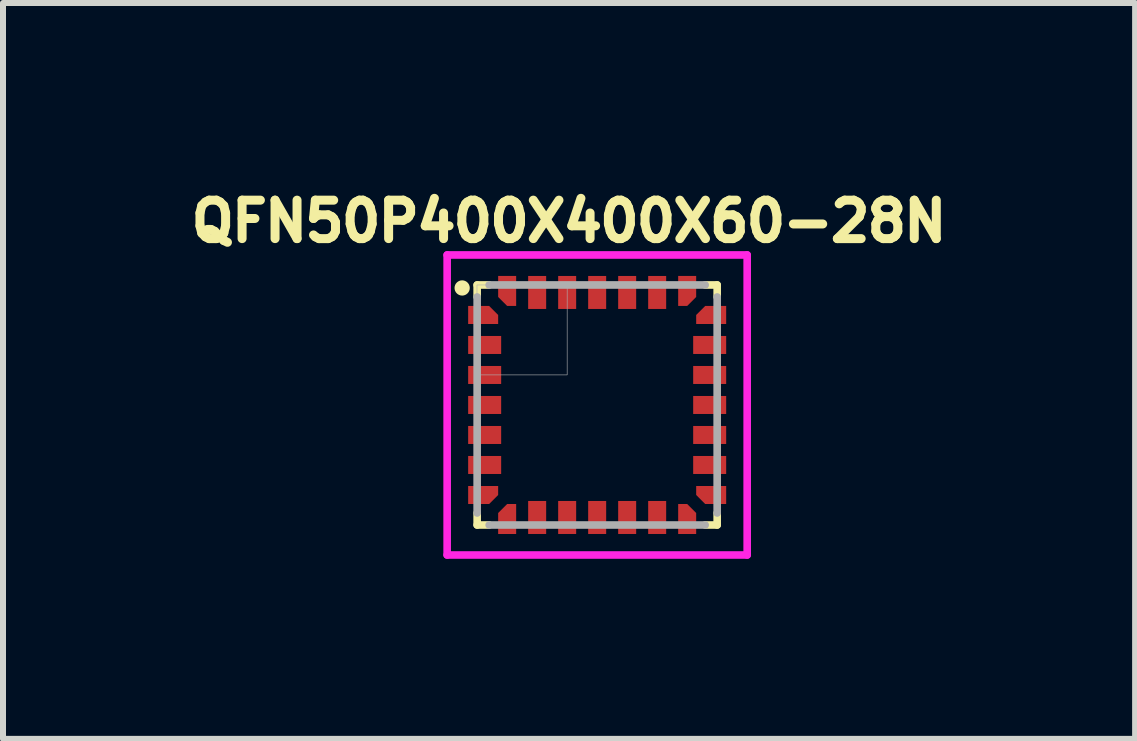
<source format=kicad_pcb>
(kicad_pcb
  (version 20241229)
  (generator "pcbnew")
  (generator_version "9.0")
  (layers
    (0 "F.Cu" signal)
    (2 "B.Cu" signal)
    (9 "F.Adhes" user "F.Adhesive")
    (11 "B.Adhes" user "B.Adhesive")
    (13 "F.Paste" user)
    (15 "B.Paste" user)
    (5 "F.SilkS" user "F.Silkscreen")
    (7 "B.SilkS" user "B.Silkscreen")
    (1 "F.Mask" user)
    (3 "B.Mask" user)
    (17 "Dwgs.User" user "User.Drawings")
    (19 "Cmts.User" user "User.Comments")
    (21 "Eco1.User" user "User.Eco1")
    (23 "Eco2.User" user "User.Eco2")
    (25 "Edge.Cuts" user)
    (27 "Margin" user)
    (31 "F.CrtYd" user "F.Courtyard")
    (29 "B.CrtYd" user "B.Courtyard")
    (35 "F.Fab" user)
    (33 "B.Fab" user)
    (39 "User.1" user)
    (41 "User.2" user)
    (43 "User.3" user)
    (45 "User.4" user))
  (footprint "QFN50P400X400X60-28N"
    (layer "F.Cu")
    (at 6.902 3.699)
    (property "Reference" "QFN50P400X400X60-28N" (at -0.469 -3.061 0) (layer "F.SilkS") (effects (font (size 0.641 0.641) (thickness 0.15))))
    (attr smd)
    (fp_poly (pts (xy -2.204 1.3) (xy -1.8 1.3) (xy -1.8 1.703) (xy -2.204 1.703)) (stroke (width 0.01) (type solid)) (fill yes) (layer "F.Mask"))
    (fp_poly (pts (xy -2.202 0.8) (xy -1.55 0.8) (xy -1.55 1.201) (xy -2.202 1.201)) (stroke (width 0.01) (type solid)) (fill yes) (layer "F.Mask"))
    (fp_poly (pts (xy -2.202 -0.7) (xy -1.55 -0.7) (xy -1.55 -0.3) (xy -2.202 -0.3)) (stroke (width 0.01) (type solid)) (fill yes) (layer "F.Mask"))
    (fp_poly (pts (xy -2.201 -1.2) (xy -1.55 -1.2) (xy -1.55 -0.8) (xy -2.201 -0.8)) (stroke (width 0.01) (type solid)) (fill yes) (layer "F.Mask"))
    (fp_poly (pts (xy -2.201 -0.2) (xy -1.55 -0.2) (xy -1.55 0.2) (xy -2.201 0.2)) (stroke (width 0.01) (type solid)) (fill yes) (layer "F.Mask"))
    (fp_poly (pts (xy -2.201 -1.7) (xy -1.8 -1.7) (xy -1.8 -1.301) (xy -2.201 -1.301)) (stroke (width 0.01) (type solid)) (fill yes) (layer "F.Mask"))
    (fp_poly (pts (xy -2.2 0.3) (xy -1.55 0.3) (xy -1.55 0.7) (xy -2.2 0.7)) (stroke (width 0.01) (type solid)) (fill yes) (layer "F.Mask"))
    (fp_poly (pts (xy -1.7 -1.8) (xy -1.7 -2.2) (xy -1.3 -2.2) (xy -1.3 -1.8)) (stroke (width 0.01) (type solid)) (fill yes) (layer "F.Mask"))
    (fp_poly (pts (xy -1.3 1.8) (xy -1.3 2.201) (xy -1.701 2.201) (xy -1.701 1.8)) (stroke (width 0.01) (type solid)) (fill yes) (layer "F.Mask"))
    (fp_poly (pts (xy -1.201 2.201) (xy -1.201 1.55) (xy -0.8 1.55) (xy -0.8 2.201)) (stroke (width 0.01) (type solid)) (fill yes) (layer "F.Mask"))
    (fp_poly (pts (xy -1.2 -1.55) (xy -1.2 -2.202) (xy -0.802 -2.202) (xy -0.802 -1.55)) (stroke (width 0.01) (type solid)) (fill yes) (layer "F.Mask"))
    (fp_poly (pts (xy -0.701 2.201) (xy -0.701 1.551) (xy -0.299 1.551) (xy -0.299 2.201)) (stroke (width 0.01) (type solid)) (fill yes) (layer "F.Mask"))
    (fp_poly (pts (xy -0.699 -1.551) (xy -0.699 -2.202) (xy -0.302 -2.202) (xy -0.302 -1.551)) (stroke (width 0.01) (type solid)) (fill yes) (layer "F.Mask"))
    (fp_poly (pts (xy -0.201 2.201) (xy -0.201 1.55) (xy 0.2 1.55) (xy 0.2 2.201)) (stroke (width 0.01) (type solid)) (fill yes) (layer "F.Mask"))
    (fp_poly (pts (xy -0.199 -1.551) (xy -0.199 -2.201) (xy 0.199 -2.201) (xy 0.199 -1.551)) (stroke (width 0.01) (type solid)) (fill yes) (layer "F.Mask"))
    (fp_poly (pts (xy 0.298 2.202) (xy 0.298 1.552) (xy 0.702 1.552) (xy 0.702 2.202)) (stroke (width 0.01) (type solid)) (fill yes) (layer "F.Mask"))
    (fp_poly (pts (xy 0.301 -1.551) (xy 0.301 -2.201) (xy 0.699 -2.201) (xy 0.699 -1.551)) (stroke (width 0.01) (type solid)) (fill yes) (layer "F.Mask"))
    (fp_poly (pts (xy 0.799 2.201) (xy 0.799 1.552) (xy 1.202 1.552) (xy 1.202 2.201)) (stroke (width 0.01) (type solid)) (fill yes) (layer "F.Mask"))
    (fp_poly (pts (xy 0.801 -1.551) (xy 0.801 -2.2) (xy 1.2 -2.2) (xy 1.2 -1.551)) (stroke (width 0.01) (type solid)) (fill yes) (layer "F.Mask"))
    (fp_poly (pts (xy 1.301 -1.801) (xy 1.301 -2.2) (xy 1.7 -2.2) (xy 1.7 -1.801)) (stroke (width 0.01) (type solid)) (fill yes) (layer "F.Mask"))
    (fp_poly (pts (xy 1.55 -1.2) (xy 2.2 -1.2) (xy 2.2 -0.8) (xy 1.55 -0.8)) (stroke (width 0.01) (type solid)) (fill yes) (layer "F.Mask"))
    (fp_poly (pts (xy 1.55 0.8) (xy 2.2 0.8) (xy 2.2 1.2) (xy 1.55 1.2)) (stroke (width 0.01) (type solid)) (fill yes) (layer "F.Mask"))
    (fp_poly (pts (xy 1.55 -0.7) (xy 2.2 -0.7) (xy 2.2 -0.3) (xy 1.55 -0.3)) (stroke (width 0.01) (type solid)) (fill yes) (layer "F.Mask"))
    (fp_poly (pts (xy 1.551 0.3) (xy 2.2 0.3) (xy 2.2 0.7) (xy 1.551 0.7)) (stroke (width 0.01) (type solid)) (fill yes) (layer "F.Mask"))
    (fp_poly (pts (xy 1.553 -0.2) (xy 2.2 -0.2) (xy 2.2 0.2) (xy 1.553 0.2)) (stroke (width 0.01) (type solid)) (fill yes) (layer "F.Mask"))
    (fp_poly (pts (xy 1.701 1.801) (xy 1.701 2.2) (xy 1.3 2.2) (xy 1.3 1.801)) (stroke (width 0.01) (type solid)) (fill yes) (layer "F.Mask"))
    (fp_poly (pts (xy 2.2 -1.302) (xy 1.802 -1.302) (xy 1.802 -1.7) (xy 2.2 -1.7)) (stroke (width 0.01) (type solid)) (fill yes) (layer "F.Mask"))
    (fp_poly (pts (xy 2.2 1.702) (xy 1.802 1.702) (xy 1.802 1.3) (xy 2.2 1.3)) (stroke (width 0.01) (type solid)) (fill yes) (layer "F.Mask"))
    (fp_poly (pts (xy -1.8 -1.3) (xy -1.8 -1.7) (xy -1.775 -1.7) (xy -1.6 -1.525) (xy -1.6 -1.3)) (stroke (width 0.01) (type solid)) (fill yes) (layer "F.Mask"))
    (fp_poly (pts (xy -1.6 1.3) (xy -1.6 1.525) (xy -1.775 1.7) (xy -1.8 1.7) (xy -1.8 1.3)) (stroke (width 0.01) (type solid)) (fill yes) (layer "F.Mask"))
    (fp_poly (pts (xy -1.3 -1.6) (xy -1.525 -1.6) (xy -1.7 -1.775) (xy -1.7 -1.8) (xy -1.3 -1.8)) (stroke (width 0.01) (type solid)) (fill yes) (layer "F.Mask"))
    (fp_poly (pts (xy -1.3 1.8) (xy -1.7 1.8) (xy -1.7 1.775) (xy -1.525 1.6) (xy -1.3 1.6)) (stroke (width 0.01) (type solid)) (fill yes) (layer "F.Mask"))
    (fp_poly (pts (xy 1.3 -1.8) (xy 1.7 -1.8) (xy 1.7 -1.775) (xy 1.525 -1.6) (xy 1.3 -1.6)) (stroke (width 0.01) (type solid)) (fill yes) (layer "F.Mask"))
    (fp_poly (pts (xy 1.3 1.6) (xy 1.525 1.6) (xy 1.7 1.775) (xy 1.7 1.8) (xy 1.3 1.8)) (stroke (width 0.01) (type solid)) (fill yes) (layer "F.Mask"))
    (fp_poly (pts (xy 1.6 -1.3) (xy 1.6 -1.525) (xy 1.775 -1.7) (xy 1.8 -1.7) (xy 1.8 -1.3)) (stroke (width 0.01) (type solid)) (fill yes) (layer "F.Mask"))
    (fp_poly (pts (xy 1.8 1.3) (xy 1.8 1.7) (xy 1.775 1.7) (xy 1.6 1.525) (xy 1.6 1.3)) (stroke (width 0.01) (type solid)) (fill yes) (layer "F.Mask"))
    (fp_line (start -2 -2) (end -1.8 -2) (stroke (width 0.127) (type solid)) (layer "F.SilkS"))
    (fp_line (start -2 -1.8) (end -2 -2) (stroke (width 0.127) (type solid)) (layer "F.SilkS"))
    (fp_line (start -2 2) (end -2 1.8) (stroke (width 0.127) (type solid)) (layer "F.SilkS"))
    (fp_line (start -1.8 2) (end -2 2) (stroke (width 0.127) (type solid)) (layer "F.SilkS"))
    (fp_line (start 1.8 -2) (end 2 -2) (stroke (width 0.127) (type solid)) (layer "F.SilkS"))
    (fp_line (start 2 -2) (end 2 -1.8) (stroke (width 0.127) (type solid)) (layer "F.SilkS"))
    (fp_line (start 2 1.8) (end 2 2) (stroke (width 0.127) (type solid)) (layer "F.SilkS"))
    (fp_line (start 2 2) (end 1.8 2) (stroke (width 0.127) (type solid)) (layer "F.SilkS"))
    (fp_circle (center -2.25 -1.95) (end -2.123 -1.95) (stroke (width 0) (type solid)) (fill yes) (layer "F.SilkS"))
    (fp_poly (pts (xy -1.8 -1.35) (xy -1.65 -1.35) (xy -1.65 -1.5) (xy -1.8 -1.65)) (stroke (width 0) (type solid)) (fill yes) (layer "F.Paste"))
    (fp_poly (pts (xy -1.8 1.65) (xy -1.65 1.5) (xy -1.65 1.35) (xy -1.8 1.35)) (stroke (width 0) (type solid)) (fill yes) (layer "F.Paste"))
    (fp_poly (pts (xy -1.65 -1.8) (xy -1.5 -1.65) (xy -1.35 -1.65) (xy -1.35 -1.8)) (stroke (width 0) (type solid)) (fill yes) (layer "F.Paste"))
    (fp_poly (pts (xy -1.35 1.8) (xy -1.35 1.65) (xy -1.5 1.65) (xy -1.65 1.8)) (stroke (width 0) (type solid)) (fill yes) (layer "F.Paste"))
    (fp_poly (pts (xy 1.35 -1.8) (xy 1.35 -1.65) (xy 1.5 -1.65) (xy 1.65 -1.8)) (stroke (width 0) (type solid)) (fill yes) (layer "F.Paste"))
    (fp_poly (pts (xy 1.65 1.8) (xy 1.5 1.65) (xy 1.35 1.65) (xy 1.35 1.8)) (stroke (width 0) (type solid)) (fill yes) (layer "F.Paste"))
    (fp_poly (pts (xy 1.8 -1.65) (xy 1.65 -1.5) (xy 1.65 -1.35) (xy 1.8 -1.35)) (stroke (width 0) (type solid)) (fill yes) (layer "F.Paste"))
    (fp_poly (pts (xy 1.8 1.35) (xy 1.65 1.35) (xy 1.65 1.5) (xy 1.8 1.65)) (stroke (width 0) (type solid)) (fill yes) (layer "F.Paste"))
    (fp_line (start -2.5 -2.5) (end 2.5 -2.5) (stroke (width 0.127) (type solid)) (layer "F.CrtYd"))
    (fp_line (start -2.5 2.5) (end -2.5 -2.5) (stroke (width 0.127) (type solid)) (layer "F.CrtYd"))
    (fp_line (start 2.5 -2.5) (end 2.5 2.5) (stroke (width 0.127) (type solid)) (layer "F.CrtYd"))
    (fp_line (start 2.5 2.5) (end -2.5 2.5) (stroke (width 0.127) (type solid)) (layer "F.CrtYd"))
    (fp_line (start -2 1.8) (end -2 -1.8) (stroke (width 0.127) (type solid)) (layer "F.Fab"))
    (fp_line (start -1.8 -2) (end 1.8 -2) (stroke (width 0.127) (type solid)) (layer "F.Fab"))
    (fp_line (start 1.8 2) (end -1.8 2) (stroke (width 0.127) (type solid)) (layer "F.Fab"))
    (fp_line (start 2 1.8) (end 2 -1.8) (stroke (width 0.127) (type solid)) (layer "F.Fab"))
    (fp_poly (pts (xy -2.003 -2) (xy -0.5 -2) (xy -0.5 -0.501) (xy -2.003 -0.501)) (stroke (width 0.01) (type solid)) (fill no) (layer "F.Fab"))
    (pad "1" smd custom (at -1.975 -1.5) (size 0.35 0.3) (layers "F.Cu" "F.Paste") (options (anchor rect)) (primitives (gr_poly (pts (xy -0.175 -0.15) (xy 0.175 -0.15) (xy 0.325 0) (xy 0.325 0.15) (xy -0.175 0.15)) (width 0) (fill yes))))
    (pad "2" smd rect (at -1.875 -1) (size 0.55 0.3) (layers "F.Cu" "F.Paste"))
    (pad "3" smd rect (at -1.875 -0.5) (size 0.55 0.3) (layers "F.Cu" "F.Paste"))
    (pad "4" smd rect (at -1.875 0) (size 0.55 0.3) (layers "F.Cu" "F.Paste"))
    (pad "5" smd rect (at -1.875 0.5) (size 0.55 0.3) (layers "F.Cu" "F.Paste"))
    (pad "6" smd rect (at -1.875 1) (size 0.55 0.3) (layers "F.Cu" "F.Paste"))
    (pad "7" smd custom (at -1.975 1.5) (size 0.35 0.3) (layers "F.Cu" "F.Paste") (options (anchor rect)) (primitives (gr_poly (pts (xy 0.325 0) (xy 0.175 0.15) (xy -0.175 0.15) (xy -0.175 -0.15) (xy 0.325 -0.15)) (width 0) (fill yes))))
    (pad "8" smd custom (at -1.5 1.975) (size 0.3 0.35) (layers "F.Cu" "F.Paste") (options (anchor rect)) (primitives (gr_poly (pts (xy -0.15 -0.175) (xy -0.15 0.175) (xy 0.15 0.175) (xy 0.15 -0.325) (xy 0 -0.325)) (width 0) (fill yes))))
    (pad "9" smd rect (at -1 1.875) (size 0.3 0.55) (layers "F.Cu" "F.Paste"))
    (pad "10" smd rect (at -0.5 1.875) (size 0.3 0.55) (layers "F.Cu" "F.Paste"))
    (pad "11" smd rect (at 0 1.875) (size 0.3 0.55) (layers "F.Cu" "F.Paste"))
    (pad "12" smd rect (at 0.5 1.875) (size 0.3 0.55) (layers "F.Cu" "F.Paste"))
    (pad "13" smd rect (at 1 1.875) (size 0.3 0.55) (layers "F.Cu" "F.Paste"))
    (pad "14" smd custom (at 1.5 1.975) (size 0.3 0.35) (layers "F.Cu" "F.Paste") (options (anchor rect)) (primitives (gr_poly (pts (xy 0 -0.325) (xy 0.15 -0.175) (xy 0.15 0.175) (xy -0.15 0.175) (xy -0.15 -0.325)) (width 0) (fill yes))))
    (pad "15" smd custom (at 1.975 1.5) (size 0.35 0.3) (layers "F.Cu" "F.Paste") (options (anchor rect)) (primitives (gr_poly (pts (xy -0.325 -0.15) (xy -0.325 0) (xy -0.175 0.15) (xy 0.175 0.15) (xy 0.175 -0.15)) (width 0) (fill yes))))
    (pad "16" smd rect (at 1.875 1) (size 0.55 0.3) (layers "F.Cu" "F.Paste"))
    (pad "17" smd rect (at 1.875 0.5) (size 0.55 0.3) (layers "F.Cu" "F.Paste"))
    (pad "18" smd rect (at 1.875 0) (size 0.55 0.3) (layers "F.Cu" "F.Paste"))
    (pad "19" smd rect (at 1.875 -0.5) (size 0.55 0.3) (layers "F.Cu" "F.Paste"))
    (pad "20" smd rect (at 1.875 -1) (size 0.55 0.3) (layers "F.Cu" "F.Paste"))
    (pad "21" smd custom (at 1.975 -1.5) (size 0.35 0.3) (layers "F.Cu" "F.Paste") (options (anchor rect)) (primitives (gr_poly (pts (xy -0.325 0) (xy -0.175 -0.15) (xy 0.175 -0.15) (xy 0.175 0.15) (xy -0.325 0.15)) (width 0) (fill yes))))
    (pad "22" smd custom (at 1.5 -1.975) (size 0.3 0.35) (layers "F.Cu" "F.Paste") (options (anchor rect)) (primitives (gr_poly (pts (xy -0.15 0.325) (xy 0 0.325) (xy 0.15 0.175) (xy 0.15 -0.175) (xy -0.15 -0.175)) (width 0) (fill yes))))
    (pad "23" smd rect (at 1 -1.875) (size 0.3 0.55) (layers "F.Cu" "F.Paste"))
    (pad "24" smd rect (at 0.5 -1.875) (size 0.3 0.55) (layers "F.Cu" "F.Paste"))
    (pad "25" smd rect (at 0 -1.875) (size 0.3 0.55) (layers "F.Cu" "F.Paste"))
    (pad "26" smd rect (at -0.5 -1.875) (size 0.3 0.55) (layers "F.Cu" "F.Paste"))
    (pad "27" smd rect (at -1 -1.875) (size 0.3 0.55) (layers "F.Cu" "F.Paste"))
    (pad "28" smd custom (at -1.5 -1.975) (size 0.3 0.35) (layers "F.Cu" "F.Paste") (options (anchor rect)) (primitives (gr_poly (pts (xy -0.15 -0.175) (xy 0.15 -0.175) (xy 0.15 0.325) (xy 0 0.325) (xy -0.15 0.175)) (width 0) (fill yes)))))
  (gr_rect
    (start -3 -3)
    (end 15.867 9.263)
    (stroke (width 0.1) (type default))
    (fill no)
    (layer "Edge.Cuts")))
</source>
